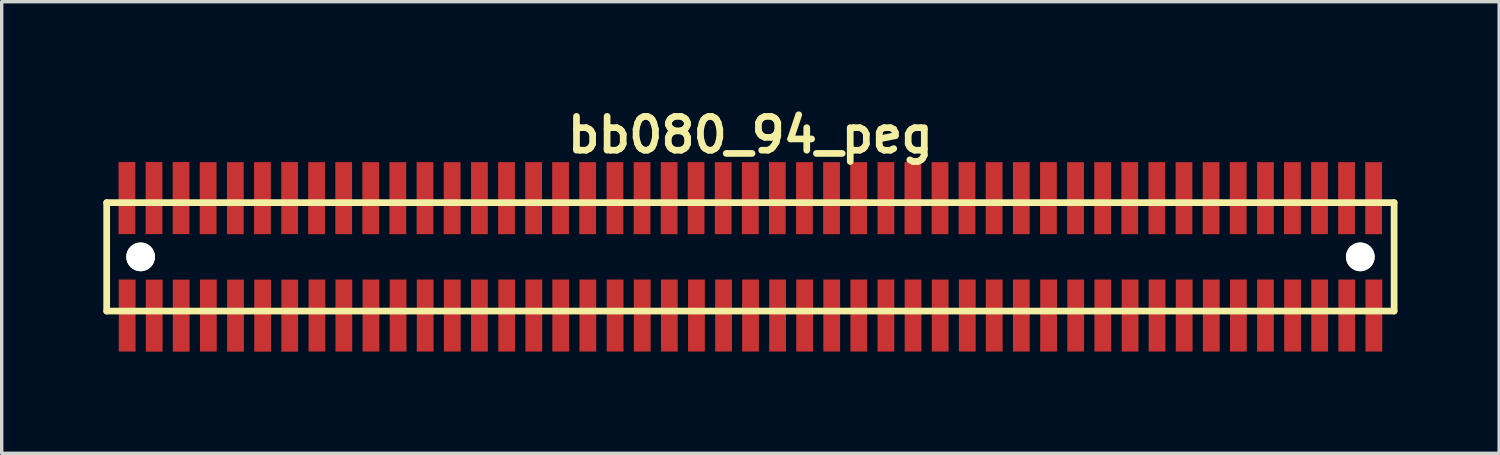
<source format=kicad_pcb>
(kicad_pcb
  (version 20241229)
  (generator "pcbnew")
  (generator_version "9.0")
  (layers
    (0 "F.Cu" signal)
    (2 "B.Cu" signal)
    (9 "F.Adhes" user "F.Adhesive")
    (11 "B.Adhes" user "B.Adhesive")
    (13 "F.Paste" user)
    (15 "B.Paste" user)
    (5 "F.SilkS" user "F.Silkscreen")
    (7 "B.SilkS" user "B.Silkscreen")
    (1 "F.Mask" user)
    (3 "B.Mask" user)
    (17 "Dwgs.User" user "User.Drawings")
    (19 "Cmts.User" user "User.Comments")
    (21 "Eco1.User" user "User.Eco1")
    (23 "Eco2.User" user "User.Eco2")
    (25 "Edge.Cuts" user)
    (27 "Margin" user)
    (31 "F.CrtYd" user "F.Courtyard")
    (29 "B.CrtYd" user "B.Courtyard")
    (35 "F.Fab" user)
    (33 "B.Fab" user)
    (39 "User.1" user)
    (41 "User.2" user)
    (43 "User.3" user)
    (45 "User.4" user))
  (footprint "bb080_94_peg"
    (layer "F.Cu")
    (at 19.098 4.531)
    (property "Reference" "bb080_94_peg" (at 0 -3.599 0) (layer "F.SilkS") (effects (font (size 0.998 0.998) (thickness 0.198))))
    (attr smd)
    (fp_line (start -18.999 -1.6) (end -18.999 1.6) (stroke (width 0.198) (type solid)) (layer "F.SilkS"))
    (fp_line (start -18.999 1.6) (end 18.999 1.6) (stroke (width 0.198) (type solid)) (layer "F.SilkS"))
    (fp_line (start 18.999 -1.6) (end -18.999 -1.6) (stroke (width 0.198) (type solid)) (layer "F.SilkS"))
    (fp_line (start 18.999 1.6) (end 18.999 -1.6) (stroke (width 0.198) (type solid)) (layer "F.SilkS"))
    (pad "" np_thru_hole circle (at -17.998 0) (size 0.848 0.848) (drill 0.848) (layers "*.Cu" "*.Mask" "F.SilkS"))
    (pad "" np_thru_hole circle (at 18.001 0) (size 0.848 0.848) (drill 0.848) (layers "*.Cu" "*.Mask" "F.SilkS"))
    (pad "1" smd rect (at -18.395 1.732) (size 0.495 2.126) (layers "F.Cu" "F.Mask" "F.Paste"))
    (pad "2" smd rect (at -18.402 -1.735) (size 0.495 2.126) (layers "F.Cu" "F.Mask" "F.Paste"))
    (pad "3" smd rect (at -17.597 1.735) (size 0.495 2.126) (layers "F.Cu" "F.Mask" "F.Paste"))
    (pad "4" smd rect (at -17.602 -1.735) (size 0.495 2.126) (layers "F.Cu" "F.Mask" "F.Paste"))
    (pad "5" smd rect (at -16.8 1.735) (size 0.495 2.126) (layers "F.Cu" "F.Mask" "F.Paste"))
    (pad "6" smd rect (at -16.805 -1.735) (size 0.495 2.126) (layers "F.Cu" "F.Mask" "F.Paste"))
    (pad "7" smd rect (at -15.999 1.732) (size 0.495 2.126) (layers "F.Cu" "F.Mask" "F.Paste"))
    (pad "8" smd rect (at -16.005 -1.732) (size 0.495 2.126) (layers "F.Cu" "F.Mask" "F.Paste"))
    (pad "9" smd rect (at -15.197 1.735) (size 0.495 2.126) (layers "F.Cu" "F.Mask" "F.Paste"))
    (pad "10" smd rect (at -15.202 -1.732) (size 0.495 2.126) (layers "F.Cu" "F.Mask" "F.Paste"))
    (pad "11" smd rect (at -14.397 1.735) (size 0.495 2.126) (layers "F.Cu" "F.Mask" "F.Paste"))
    (pad "12" smd rect (at -14.402 -1.732) (size 0.495 2.126) (layers "F.Cu" "F.Mask" "F.Paste"))
    (pad "13" smd rect (at -13.597 1.735) (size 0.495 2.126) (layers "F.Cu" "F.Mask" "F.Paste"))
    (pad "14" smd rect (at -13.599 -1.735) (size 0.495 2.126) (layers "F.Cu" "F.Mask" "F.Paste"))
    (pad "15" smd rect (at -12.794 1.732) (size 0.495 2.126) (layers "F.Cu" "F.Mask" "F.Paste"))
    (pad "16" smd rect (at -12.804 -1.732) (size 0.495 2.126) (layers "F.Cu" "F.Mask" "F.Paste"))
    (pad "17" smd rect (at -11.999 1.732) (size 0.495 2.126) (layers "F.Cu" "F.Mask" "F.Paste"))
    (pad "18" smd rect (at -12.004 -1.732) (size 0.495 2.126) (layers "F.Cu" "F.Mask" "F.Paste"))
    (pad "19" smd rect (at -11.199 1.732) (size 0.495 2.126) (layers "F.Cu" "F.Mask" "F.Paste"))
    (pad "20" smd rect (at -11.206 -1.732) (size 0.495 2.126) (layers "F.Cu" "F.Mask" "F.Paste"))
    (pad "21" smd rect (at -10.399 1.732) (size 0.495 2.126) (layers "F.Cu" "F.Mask" "F.Paste"))
    (pad "22" smd rect (at -10.406 -1.732) (size 0.495 2.126) (layers "F.Cu" "F.Mask" "F.Paste"))
    (pad "23" smd rect (at -9.599 1.732) (size 0.495 2.126) (layers "F.Cu" "F.Mask" "F.Paste"))
    (pad "24" smd rect (at -9.604 -1.732) (size 0.495 2.126) (layers "F.Cu" "F.Mask" "F.Paste"))
    (pad "25" smd rect (at -8.799 1.732) (size 0.495 2.126) (layers "F.Cu" "F.Mask" "F.Paste"))
    (pad "26" smd rect (at -8.804 -1.732) (size 0.495 2.126) (layers "F.Cu" "F.Mask" "F.Paste"))
    (pad "27" smd rect (at -7.998 1.732) (size 0.495 2.126) (layers "F.Cu" "F.Mask" "F.Paste"))
    (pad "28" smd rect (at -7.998 -1.732) (size 0.495 2.126) (layers "F.Cu" "F.Mask" "F.Paste"))
    (pad "29" smd rect (at -7.193 1.732) (size 0.495 2.126) (layers "F.Cu" "F.Mask" "F.Paste"))
    (pad "30" smd rect (at -7.198 -1.732) (size 0.495 2.126) (layers "F.Cu" "F.Mask" "F.Paste"))
    (pad "31" smd rect (at -6.393 1.732) (size 0.495 2.126) (layers "F.Cu" "F.Mask" "F.Paste"))
    (pad "32" smd rect (at -6.398 -1.732) (size 0.495 2.126) (layers "F.Cu" "F.Mask" "F.Paste"))
    (pad "33" smd rect (at -5.598 1.732) (size 0.495 2.126) (layers "F.Cu" "F.Mask" "F.Paste"))
    (pad "34" smd rect (at -5.603 -1.732) (size 0.495 2.126) (layers "F.Cu" "F.Mask" "F.Paste"))
    (pad "35" smd rect (at -4.798 1.732) (size 0.495 2.126) (layers "F.Cu" "F.Mask" "F.Paste"))
    (pad "36" smd rect (at -4.803 -1.732) (size 0.495 2.126) (layers "F.Cu" "F.Mask" "F.Paste"))
    (pad "37" smd rect (at -3.993 1.732) (size 0.495 2.126) (layers "F.Cu" "F.Mask" "F.Paste"))
    (pad "38" smd rect (at -3.998 -1.732) (size 0.495 2.126) (layers "F.Cu" "F.Mask" "F.Paste"))
    (pad "39" smd rect (at -3.193 1.732) (size 0.495 2.126) (layers "F.Cu" "F.Mask" "F.Paste"))
    (pad "40" smd rect (at -3.198 -1.732) (size 0.495 2.126) (layers "F.Cu" "F.Mask" "F.Paste"))
    (pad "41" smd rect (at -2.393 1.732) (size 0.495 2.126) (layers "F.Cu" "F.Mask" "F.Paste"))
    (pad "42" smd rect (at -2.398 -1.732) (size 0.495 2.126) (layers "F.Cu" "F.Mask" "F.Paste"))
    (pad "43" smd rect (at -1.593 1.732) (size 0.495 2.126) (layers "F.Cu" "F.Mask" "F.Paste"))
    (pad "44" smd rect (at -1.603 -1.732) (size 0.495 2.126) (layers "F.Cu" "F.Mask" "F.Paste"))
    (pad "45" smd rect (at -0.792 1.732) (size 0.495 2.126) (layers "F.Cu" "F.Mask" "F.Paste"))
    (pad "46" smd rect (at -0.803 -1.732) (size 0.495 2.126) (layers "F.Cu" "F.Mask" "F.Paste"))
    (pad "47" smd rect (at 0.003 1.732) (size 0.495 2.126) (layers "F.Cu" "F.Mask" "F.Paste"))
    (pad "48" smd rect (at -0.003 -1.732) (size 0.495 2.126) (layers "F.Cu" "F.Mask" "F.Paste"))
    (pad "49" smd rect (at 0.803 1.732) (size 0.495 2.126) (layers "F.Cu" "F.Mask" "F.Paste"))
    (pad "50" smd rect (at 0.795 -1.732) (size 0.495 2.126) (layers "F.Cu" "F.Mask" "F.Paste"))
    (pad "51" smd rect (at 1.6 1.732) (size 0.495 2.126) (layers "F.Cu" "F.Mask" "F.Paste"))
    (pad "52" smd rect (at 1.595 -1.732) (size 0.495 2.126) (layers "F.Cu" "F.Mask" "F.Paste"))
    (pad "53" smd rect (at 2.4 1.732) (size 0.495 2.126) (layers "F.Cu" "F.Mask" "F.Paste"))
    (pad "54" smd rect (at 2.395 -1.732) (size 0.495 2.126) (layers "F.Cu" "F.Mask" "F.Paste"))
    (pad "55" smd rect (at 3.2 1.732) (size 0.495 2.126) (layers "F.Cu" "F.Mask" "F.Paste"))
    (pad "56" smd rect (at 3.195 -1.732) (size 0.495 2.126) (layers "F.Cu" "F.Mask" "F.Paste"))
    (pad "57" smd rect (at 4 1.732) (size 0.495 2.126) (layers "F.Cu" "F.Mask" "F.Paste"))
    (pad "58" smd rect (at 4 -1.732) (size 0.495 2.126) (layers "F.Cu" "F.Mask" "F.Paste"))
    (pad "59" smd rect (at 4.801 1.732) (size 0.495 2.126) (layers "F.Cu" "F.Mask" "F.Paste"))
    (pad "60" smd rect (at 4.796 -1.732) (size 0.495 2.126) (layers "F.Cu" "F.Mask" "F.Paste"))
    (pad "61" smd rect (at 5.601 1.732) (size 0.495 2.126) (layers "F.Cu" "F.Mask" "F.Paste"))
    (pad "62" smd rect (at 5.596 -1.732) (size 0.495 2.126) (layers "F.Cu" "F.Mask" "F.Paste"))
    (pad "63" smd rect (at 6.401 1.732) (size 0.495 2.126) (layers "F.Cu" "F.Mask" "F.Paste"))
    (pad "64" smd rect (at 6.393 -1.732) (size 0.495 2.126) (layers "F.Cu" "F.Mask" "F.Paste"))
    (pad "65" smd rect (at 7.196 1.732) (size 0.495 2.126) (layers "F.Cu" "F.Mask" "F.Paste"))
    (pad "66" smd rect (at 7.193 -1.732) (size 0.495 2.126) (layers "F.Cu" "F.Mask" "F.Paste"))
    (pad "67" smd rect (at 7.996 1.732) (size 0.495 2.126) (layers "F.Cu" "F.Mask" "F.Paste"))
    (pad "68" smd rect (at 7.996 -1.732) (size 0.495 2.126) (layers "F.Cu" "F.Mask" "F.Paste"))
    (pad "69" smd rect (at 8.801 1.732) (size 0.495 2.126) (layers "F.Cu" "F.Mask" "F.Paste"))
    (pad "70" smd rect (at 8.796 -1.732) (size 0.495 2.126) (layers "F.Cu" "F.Mask" "F.Paste"))
    (pad "71" smd rect (at 9.601 1.732) (size 0.495 2.126) (layers "F.Cu" "F.Mask" "F.Paste"))
    (pad "72" smd rect (at 9.596 -1.732) (size 0.495 2.126) (layers "F.Cu" "F.Mask" "F.Paste"))
    (pad "73" smd rect (at 10.401 1.732) (size 0.495 2.126) (layers "F.Cu" "F.Mask" "F.Paste"))
    (pad "74" smd rect (at 10.396 -1.732) (size 0.495 2.126) (layers "F.Cu" "F.Mask" "F.Paste"))
    (pad "75" smd rect (at 11.206 1.732) (size 0.495 2.126) (layers "F.Cu" "F.Mask" "F.Paste"))
    (pad "76" smd rect (at 11.196 -1.732) (size 0.495 2.126) (layers "F.Cu" "F.Mask" "F.Paste"))
    (pad "77" smd rect (at 12.002 1.732) (size 0.495 2.126) (layers "F.Cu" "F.Mask" "F.Paste"))
    (pad "78" smd rect (at 11.996 -1.732) (size 0.495 2.126) (layers "F.Cu" "F.Mask" "F.Paste"))
    (pad "79" smd rect (at 12.802 1.732) (size 0.495 2.126) (layers "F.Cu" "F.Mask" "F.Paste"))
    (pad "80" smd rect (at 12.797 -1.732) (size 0.495 2.126) (layers "F.Cu" "F.Mask" "F.Paste"))
    (pad "81" smd rect (at 13.602 1.732) (size 0.495 2.126) (layers "F.Cu" "F.Mask" "F.Paste"))
    (pad "82" smd rect (at 13.597 -1.732) (size 0.495 2.126) (layers "F.Cu" "F.Mask" "F.Paste"))
    (pad "83" smd rect (at 14.402 1.732) (size 0.495 2.126) (layers "F.Cu" "F.Mask" "F.Paste"))
    (pad "84" smd rect (at 14.397 -1.732) (size 0.495 2.126) (layers "F.Cu" "F.Mask" "F.Paste"))
    (pad "85" smd rect (at 15.202 1.732) (size 0.495 2.126) (layers "F.Cu" "F.Mask" "F.Paste"))
    (pad "86" smd rect (at 15.202 -1.732) (size 0.495 2.126) (layers "F.Cu" "F.Mask" "F.Paste"))
    (pad "87" smd rect (at 16.002 1.732) (size 0.495 2.126) (layers "F.Cu" "F.Mask" "F.Paste"))
    (pad "88" smd rect (at 15.997 -1.732) (size 0.495 2.126) (layers "F.Cu" "F.Mask" "F.Paste"))
    (pad "89" smd rect (at 16.802 1.732) (size 0.495 2.126) (layers "F.Cu" "F.Mask" "F.Paste"))
    (pad "90" smd rect (at 16.797 -1.732) (size 0.495 2.126) (layers "F.Cu" "F.Mask" "F.Paste"))
    (pad "91" smd rect (at 17.602 1.732) (size 0.495 2.126) (layers "F.Cu" "F.Mask" "F.Paste"))
    (pad "92" smd rect (at 17.595 -1.732) (size 0.495 2.126) (layers "F.Cu" "F.Mask" "F.Paste"))
    (pad "93" smd rect (at 18.402 1.732) (size 0.495 2.126) (layers "F.Cu" "F.Mask" "F.Paste"))
    (pad "94" smd rect (at 18.395 -1.732) (size 0.495 2.126) (layers "F.Cu" "F.Mask" "F.Paste")))
  (gr_rect
    (start -3 -3)
    (end 41.197 10.329)
    (stroke (width 0.1) (type default))
    (fill no)
    (layer "Edge.Cuts")))
</source>
